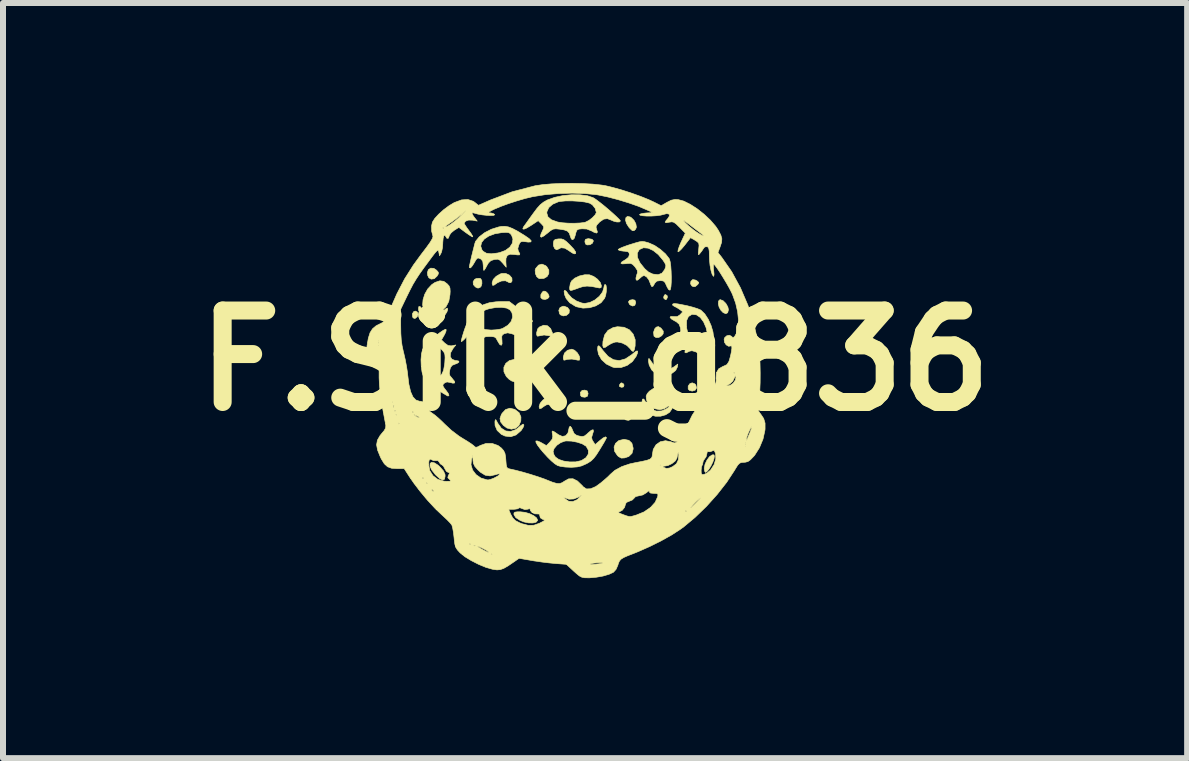
<source format=kicad_pcb>
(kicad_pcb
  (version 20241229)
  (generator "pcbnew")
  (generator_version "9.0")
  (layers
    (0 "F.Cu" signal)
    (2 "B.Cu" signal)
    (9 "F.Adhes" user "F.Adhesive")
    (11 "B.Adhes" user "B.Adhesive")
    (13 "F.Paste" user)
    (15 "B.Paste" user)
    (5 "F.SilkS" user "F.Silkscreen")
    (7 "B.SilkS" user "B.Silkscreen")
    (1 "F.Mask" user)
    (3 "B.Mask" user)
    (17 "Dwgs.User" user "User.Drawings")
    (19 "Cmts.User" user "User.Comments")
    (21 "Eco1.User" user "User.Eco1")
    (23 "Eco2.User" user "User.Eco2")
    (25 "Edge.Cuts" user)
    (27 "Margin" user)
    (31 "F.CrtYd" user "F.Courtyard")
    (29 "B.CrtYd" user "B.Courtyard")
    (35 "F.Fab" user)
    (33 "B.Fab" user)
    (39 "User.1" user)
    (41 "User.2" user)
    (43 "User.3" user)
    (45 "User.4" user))
  (footprint "F.Silk_g836"
    (layer "F.Cu")
    (at 6.865 2.959)
    (property "Reference" "F.Silk_g836" (at 0 0 0) (layer "F.SilkS") (effects (font (size 1.524 1.524) (thickness 0.3))))
    (attr through_hole)
    (fp_poly (pts (xy 0.474 0.388) (xy 0.483 0.407) (xy 0.475 0.437) (xy 0.445 0.445) (xy 0.41 0.434) (xy 0.406 0.407) (xy 0.427 0.376) (xy 0.445 0.37) (xy 0.474 0.388)) (stroke (width 0.01) (type solid)) (fill yes) (layer "F.SilkS"))
    (fp_poly (pts (xy 1.201 -1.083) (xy 1.206 -1.058) (xy 1.193 -1.024) (xy 1.175 -1.016) (xy 1.149 -1.034) (xy 1.143 -1.058) (xy 1.156 -1.093) (xy 1.175 -1.101) (xy 1.201 -1.083)) (stroke (width 0.01) (type solid)) (fill yes) (layer "F.SilkS"))
    (fp_poly (pts (xy -2.96 -0.809) (xy -2.948 -0.771) (xy -2.964 -0.73) (xy -3.001 -0.701) (xy -3.031 -0.712) (xy -3.04 -0.73) (xy -3.044 -0.779) (xy -3.022 -0.816) (xy -2.995 -0.826) (xy -2.96 -0.809)) (stroke (width 0.01) (type solid)) (fill yes) (layer "F.SilkS"))
    (fp_poly (pts (xy 0.665 -1.007) (xy 0.677 -0.972) (xy 0.677 -0.963) (xy 0.663 -0.922) (xy 0.628 -0.909) (xy 0.586 -0.928) (xy 0.572 -0.941) (xy 0.557 -0.98) (xy 0.579 -1.007) (xy 0.626 -1.016) (xy 0.665 -1.007)) (stroke (width 0.01) (type solid)) (fill yes) (layer "F.SilkS"))
    (fp_poly (pts (xy 1.662 0.387) (xy 1.679 0.405) (xy 1.691 0.455) (xy 1.668 0.493) (xy 1.619 0.508) (xy 1.572 0.496) (xy 1.552 0.473) (xy 1.552 0.424) (xy 1.58 0.384) (xy 1.619 0.37) (xy 1.662 0.387)) (stroke (width 0.01) (type solid)) (fill yes) (layer "F.SilkS"))
    (fp_poly (pts (xy -0.82 -1.151) (xy -0.786 -1.119) (xy -0.767 -1.078) (xy -0.766 -1.061) (xy -0.79 -1.032) (xy -0.834 -1.019) (xy -0.878 -1.026) (xy -0.903 -1.049) (xy -0.903 -1.099) (xy -0.877 -1.144) (xy -0.853 -1.159) (xy -0.82 -1.151)) (stroke (width 0.01) (type solid)) (fill yes) (layer "F.SilkS"))
    (fp_poly (pts (xy -0.13 0.505) (xy -0.117 0.543) (xy -0.116 0.55) (xy -0.126 0.592) (xy -0.164 0.609) (xy -0.172 0.61) (xy -0.222 0.603) (xy -0.24 0.583) (xy -0.245 0.53) (xy -0.216 0.497) (xy -0.172 0.491) (xy -0.13 0.505)) (stroke (width 0.01) (type solid)) (fill yes) (layer "F.SilkS"))
    (fp_poly (pts (xy 0.565 0.906) (xy 0.587 0.94) (xy 0.589 0.947) (xy 0.585 0.985) (xy 0.555 0.995) (xy 0.514 0.988) (xy 0.501 0.981) (xy 0.489 0.95) (xy 0.487 0.926) (xy 0.5 0.896) (xy 0.532 0.89) (xy 0.565 0.906)) (stroke (width 0.01) (type solid)) (fill yes) (layer "F.SilkS"))
    (fp_poly (pts (xy -2.686 -1.537) (xy -2.641 -1.507) (xy -2.612 -1.473) (xy -2.611 -1.445) (xy -2.632 -1.409) (xy -2.679 -1.365) (xy -2.73 -1.358) (xy -2.769 -1.38) (xy -2.788 -1.419) (xy -2.794 -1.464) (xy -2.778 -1.515) (xy -2.738 -1.541) (xy -2.686 -1.537)) (stroke (width 0.01) (type solid)) (fill yes) (layer "F.SilkS"))
    (fp_poly (pts (xy -0.514 -0.906) (xy -0.458 -0.885) (xy -0.428 -0.845) (xy -0.432 -0.797) (xy -0.436 -0.788) (xy -0.477 -0.754) (xy -0.53 -0.745) (xy -0.577 -0.763) (xy -0.592 -0.782) (xy -0.604 -0.838) (xy -0.583 -0.884) (xy -0.537 -0.906) (xy -0.514 -0.906)) (stroke (width 0.01) (type solid)) (fill yes) (layer "F.SilkS"))
    (fp_poly (pts (xy -0.05 -2.022) (xy -0.027 -1.996) (xy -0.043 -1.958) (xy -0.043 -1.957) (xy -0.084 -1.931) (xy -0.132 -1.928) (xy -0.155 -1.94) (xy -0.167 -1.971) (xy -0.169 -1.993) (xy -0.157 -2.022) (xy -0.115 -2.032) (xy -0.107 -2.032) (xy -0.05 -2.022)) (stroke (width 0.01) (type solid)) (fill yes) (layer "F.SilkS"))
    (fp_poly (pts (xy 1.672 -1.343) (xy 1.701 -1.327) (xy 1.728 -1.303) (xy 1.721 -1.281) (xy 1.705 -1.263) (xy 1.667 -1.233) (xy 1.636 -1.233) (xy 1.612 -1.246) (xy 1.592 -1.279) (xy 1.597 -1.321) (xy 1.624 -1.348) (xy 1.63 -1.35) (xy 1.672 -1.343)) (stroke (width 0.01) (type solid)) (fill yes) (layer "F.SilkS"))
    (fp_poly (pts (xy -1.906 -1.366) (xy -1.887 -1.333) (xy -1.885 -1.284) (xy -1.898 -1.239) (xy -1.917 -1.219) (xy -1.946 -1.209) (xy -1.965 -1.212) (xy -1.995 -1.229) (xy -2.028 -1.267) (xy -2.031 -1.315) (xy -2.006 -1.354) (xy -1.98 -1.367) (xy -1.932 -1.372) (xy -1.906 -1.366)) (stroke (width 0.01) (type solid)) (fill yes) (layer "F.SilkS"))
    (fp_poly (pts (xy 1.097 -0.543) (xy 1.099 -0.541) (xy 1.137 -0.492) (xy 1.135 -0.447) (xy 1.11 -0.414) (xy 1.064 -0.387) (xy 1.017 -0.384) (xy 0.984 -0.406) (xy 0.982 -0.411) (xy 0.975 -0.472) (xy 0.994 -0.529) (xy 1.02 -0.558) (xy 1.056 -0.567) (xy 1.097 -0.543)) (stroke (width 0.01) (type solid)) (fill yes) (layer "F.SilkS"))
    (fp_poly (pts (xy 2.134 -0.998) (xy 2.18 -0.952) (xy 2.213 -0.894) (xy 2.223 -0.848) (xy 2.21 -0.798) (xy 2.179 -0.782) (xy 2.135 -0.8) (xy 2.097 -0.839) (xy 2.067 -0.892) (xy 2.054 -0.948) (xy 2.058 -0.993) (xy 2.08 -1.015) (xy 2.086 -1.016) (xy 2.134 -0.998)) (stroke (width 0.01) (type solid)) (fill yes) (layer "F.SilkS"))
    (fp_poly (pts (xy -0.824 -1.583) (xy -0.804 -1.566) (xy -0.77 -1.509) (xy -0.77 -1.451) (xy -0.799 -1.401) (xy -0.852 -1.37) (xy -0.92 -1.366) (xy -0.935 -1.369) (xy -0.971 -1.398) (xy -0.994 -1.45) (xy -0.998 -1.507) (xy -0.989 -1.536) (xy -0.941 -1.592) (xy -0.884 -1.608) (xy -0.824 -1.583)) (stroke (width 0.01) (type solid)) (fill yes) (layer "F.SilkS"))
    (fp_poly (pts (xy -0.792 -0.581) (xy -0.74 -0.534) (xy -0.708 -0.457) (xy -0.7 -0.415) (xy -0.712 -0.404) (xy -0.743 -0.412) (xy -0.85 -0.427) (xy -0.926 -0.413) (xy -0.959 -0.407) (xy -0.972 -0.426) (xy -0.974 -0.462) (xy -0.956 -0.529) (xy -0.927 -0.56) (xy -0.856 -0.59) (xy -0.792 -0.581)) (stroke (width 0.01) (type solid)) (fill yes) (layer "F.SilkS"))
    (fp_poly (pts (xy 0.584 -2.394) (xy 0.601 -2.385) (xy 0.649 -2.338) (xy 0.68 -2.28) (xy 0.689 -2.224) (xy 0.677 -2.191) (xy 0.649 -2.165) (xy 0.621 -2.166) (xy 0.585 -2.199) (xy 0.563 -2.224) (xy 0.524 -2.285) (xy 0.508 -2.341) (xy 0.514 -2.382) (xy 0.54 -2.403) (xy 0.584 -2.394)) (stroke (width 0.01) (type solid)) (fill yes) (layer "F.SilkS"))
    (fp_poly (pts (xy -2.677 1.703) (xy -2.612 1.745) (xy -2.58 1.776) (xy -2.525 1.84) (xy -2.5 1.896) (xy -2.498 1.924) (xy -2.508 1.975) (xy -2.538 1.989) (xy -2.586 1.967) (xy -2.651 1.909) (xy -2.664 1.895) (xy -2.723 1.819) (xy -2.75 1.757) (xy -2.749 1.713) (xy -2.723 1.694) (xy -2.677 1.703)) (stroke (width 0.01) (type solid)) (fill yes) (layer "F.SilkS"))
    (fp_poly (pts (xy -1.339 0.812) (xy -1.334 0.815) (xy -1.265 0.868) (xy -1.235 0.939) (xy -1.237 1.007) (xy -1.269 1.082) (xy -1.324 1.127) (xy -1.394 1.142) (xy -1.468 1.123) (xy -1.526 1.081) (xy -1.573 1.021) (xy -1.584 0.965) (xy -1.561 0.899) (xy -1.547 0.876) (xy -1.49 0.815) (xy -1.419 0.793) (xy -1.339 0.812)) (stroke (width 0.01) (type solid)) (fill yes) (layer "F.SilkS"))
    (fp_poly (pts (xy 0.564 1.328) (xy 0.614 1.376) (xy 0.634 1.454) (xy 0.635 1.473) (xy 0.616 1.545) (xy 0.562 1.597) (xy 0.492 1.621) (xy 0.438 1.624) (xy 0.392 1.599) (xy 0.372 1.58) (xy 0.326 1.511) (xy 0.317 1.44) (xy 0.342 1.378) (xy 0.396 1.332) (xy 0.476 1.313) (xy 0.486 1.312) (xy 0.564 1.328)) (stroke (width 0.01) (type solid)) (fill yes) (layer "F.SilkS"))
    (fp_poly (pts (xy 1.982 1.57) (xy 1.988 1.592) (xy 1.982 1.633) (xy 1.963 1.689) (xy 1.932 1.753) (xy 1.896 1.811) (xy 1.862 1.851) (xy 1.841 1.863) (xy 1.827 1.844) (xy 1.82 1.799) (xy 1.82 1.792) (xy 1.833 1.726) (xy 1.865 1.658) (xy 1.907 1.601) (xy 1.951 1.571) (xy 1.956 1.57) (xy 1.982 1.57)) (stroke (width 0.01) (type solid)) (fill yes) (layer "F.SilkS"))
    (fp_poly (pts (xy -0.341 -0.173) (xy -0.294 -0.129) (xy -0.262 -0.074) (xy -0.254 -0.037) (xy -0.261 -0.008) (xy -0.291 -0.008) (xy -0.302 -0.011) (xy -0.385 -0.026) (xy -0.465 -0.021) (xy -0.492 -0.012) (xy -0.518 -0.007) (xy -0.528 -0.031) (xy -0.529 -0.06) (xy -0.51 -0.125) (xy -0.46 -0.172) (xy -0.39 -0.19) (xy -0.388 -0.191) (xy -0.341 -0.173)) (stroke (width 0.01) (type solid)) (fill yes) (layer "F.SilkS"))
    (fp_poly (pts (xy -1.922 0.395) (xy -1.899 0.405) (xy -1.849 0.44) (xy -1.826 0.486) (xy -1.821 0.545) (xy -1.83 0.598) (xy -1.858 0.613) (xy -1.905 0.592) (xy -1.945 0.582) (xy -2.006 0.582) (xy -2.027 0.585) (xy -2.083 0.591) (xy -2.109 0.584) (xy -2.116 0.561) (xy -2.117 0.547) (xy -2.099 0.475) (xy -2.053 0.421) (xy -1.991 0.392) (xy -1.922 0.395)) (stroke (width 0.01) (type solid)) (fill yes) (layer "F.SilkS"))
    (fp_poly (pts (xy -1.167 2.528) (xy -1.088 2.551) (xy -1.02 2.585) (xy -0.973 2.622) (xy -0.956 2.66) (xy -0.957 2.663) (xy -0.982 2.692) (xy -1.035 2.705) (xy -1.107 2.704) (xy -1.185 2.688) (xy -1.249 2.662) (xy -1.32 2.616) (xy -1.35 2.569) (xy -1.351 2.566) (xy -1.351 2.539) (xy -1.336 2.525) (xy -1.294 2.519) (xy -1.247 2.519) (xy -1.167 2.528)) (stroke (width 0.01) (type solid)) (fill yes) (layer "F.SilkS"))
    (fp_poly (pts (xy -0.639 0.629) (xy -0.603 0.683) (xy -0.601 0.688) (xy -0.596 0.741) (xy -0.616 0.761) (xy -0.657 0.745) (xy -0.732 0.721) (xy -0.811 0.737) (xy -0.852 0.762) (xy -0.899 0.796) (xy -0.923 0.8) (xy -0.931 0.775) (xy -0.931 0.761) (xy -0.914 0.71) (xy -0.869 0.657) (xy -0.809 0.615) (xy -0.773 0.601) (xy -0.7 0.6) (xy -0.639 0.629)) (stroke (width 0.01) (type solid)) (fill yes) (layer "F.SilkS"))
    (fp_poly (pts (xy 1.142 0.459) (xy 1.209 0.505) (xy 1.253 0.577) (xy 1.262 0.615) (xy 1.256 0.694) (xy 1.218 0.757) (xy 1.156 0.8) (xy 1.078 0.817) (xy 0.994 0.801) (xy 0.984 0.797) (xy 0.911 0.752) (xy 0.87 0.692) (xy 0.855 0.639) (xy 0.852 0.59) (xy 0.871 0.548) (xy 0.906 0.509) (xy 0.981 0.458) (xy 1.063 0.443) (xy 1.142 0.459)) (stroke (width 0.01) (type solid)) (fill yes) (layer "F.SilkS"))
    (fp_poly (pts (xy -1.487 -1.452) (xy -1.426 -1.424) (xy -1.387 -1.378) (xy -1.385 -1.37) (xy -1.383 -1.326) (xy -1.403 -1.299) (xy -1.433 -1.3) (xy -1.444 -1.308) (xy -1.493 -1.331) (xy -1.559 -1.327) (xy -1.624 -1.299) (xy -1.636 -1.291) (xy -1.683 -1.258) (xy -1.706 -1.254) (xy -1.714 -1.281) (xy -1.714 -1.3) (xy -1.696 -1.353) (xy -1.648 -1.404) (xy -1.582 -1.443) (xy -1.551 -1.453) (xy -1.487 -1.452)) (stroke (width 0.01) (type solid)) (fill yes) (layer "F.SilkS"))
    (fp_poly (pts (xy -1.241 -0.011) (xy -1.178 0.023) (xy -1.135 0.086) (xy -1.131 0.095) (xy -1.114 0.181) (xy -1.134 0.257) (xy -1.189 0.315) (xy -1.219 0.33) (xy -1.285 0.353) (xy -1.335 0.356) (xy -1.389 0.339) (xy -1.433 0.31) (xy -1.478 0.265) (xy -1.479 0.263) (xy -1.518 0.186) (xy -1.519 0.111) (xy -1.487 0.046) (xy -1.427 -0.001) (xy -1.342 -0.021) (xy -1.333 -0.021) (xy -1.241 -0.011)) (stroke (width 0.01) (type solid)) (fill yes) (layer "F.SilkS"))
    (fp_poly (pts (xy 0.917 -0.012) (xy 0.98 0.077) (xy 1.041 0.131) (xy 1.106 0.156) (xy 1.147 0.159) (xy 1.249 0.141) (xy 1.309 0.108) (xy 1.379 0.058) (xy 1.372 0.106) (xy 1.344 0.163) (xy 1.287 0.208) (xy 1.21 0.238) (xy 1.127 0.249) (xy 1.049 0.237) (xy 1.013 0.22) (xy 0.945 0.156) (xy 0.902 0.075) (xy 0.89 0.007) (xy 0.893 -0.032) (xy 0.902 -0.034) (xy 0.917 -0.012)) (stroke (width 0.01) (type solid)) (fill yes) (layer "F.SilkS"))
    (fp_poly (pts (xy -2.52 -1.321) (xy -2.463 -1.279) (xy -2.432 -1.244) (xy -2.417 -1.207) (xy -2.414 -1.153) (xy -2.417 -1.099) (xy -2.437 -0.987) (xy -2.482 -0.9) (xy -2.559 -0.826) (xy -2.582 -0.81) (xy -2.67 -0.769) (xy -2.753 -0.768) (xy -2.81 -0.794) (xy -2.855 -0.85) (xy -2.873 -0.927) (xy -2.866 -1.015) (xy -2.837 -1.107) (xy -2.788 -1.194) (xy -2.721 -1.266) (xy -2.666 -1.303) (xy -2.586 -1.33) (xy -2.52 -1.321)) (stroke (width 0.01) (type solid)) (fill yes) (layer "F.SilkS"))
    (fp_poly (pts (xy -0.522 -2.016) (xy -0.479 -1.985) (xy -0.422 -1.931) (xy -0.354 -1.858) (xy -0.322 -1.809) (xy -0.324 -1.783) (xy -0.344 -1.779) (xy -0.376 -1.792) (xy -0.423 -1.823) (xy -0.434 -1.832) (xy -0.505 -1.874) (xy -0.567 -1.881) (xy -0.609 -1.859) (xy -0.642 -1.847) (xy -0.672 -1.867) (xy -0.692 -1.911) (xy -0.694 -1.956) (xy -0.686 -1.999) (xy -0.662 -2.02) (xy -0.609 -2.028) (xy -0.607 -2.028) (xy -0.56 -2.028) (xy -0.522 -2.016)) (stroke (width 0.01) (type solid)) (fill yes) (layer "F.SilkS"))
    (fp_poly (pts (xy -1.634 1.018) (xy -1.621 1.043) (xy -1.562 1.126) (xy -1.488 1.172) (xy -1.406 1.18) (xy -1.321 1.15) (xy -1.284 1.122) (xy -1.238 1.084) (xy -1.205 1.061) (xy -1.198 1.058) (xy -1.185 1.073) (xy -1.196 1.109) (xy -1.226 1.157) (xy -1.234 1.167) (xy -1.316 1.238) (xy -1.405 1.268) (xy -1.5 1.257) (xy -1.562 1.228) (xy -1.631 1.163) (xy -1.666 1.08) (xy -1.668 1.017) (xy -1.662 0.986) (xy -1.653 0.985) (xy -1.634 1.018)) (stroke (width 0.01) (type solid)) (fill yes) (layer "F.SilkS"))
    (fp_poly (pts (xy -0.093 -1.43) (xy -0.023 -1.403) (xy 0.041 -1.357) (xy 0.088 -1.301) (xy 0.106 -1.248) (xy 0.1 -1.216) (xy 0.073 -1.21) (xy 0.048 -1.215) (xy -0.056 -1.236) (xy -0.134 -1.242) (xy -0.201 -1.234) (xy -0.254 -1.218) (xy -0.336 -1.188) (xy -0.386 -1.172) (xy -0.412 -1.171) (xy -0.422 -1.185) (xy -0.423 -1.213) (xy -0.423 -1.22) (xy -0.412 -1.283) (xy -0.392 -1.327) (xy -0.338 -1.374) (xy -0.259 -1.411) (xy -0.171 -1.431) (xy -0.093 -1.43)) (stroke (width 0.01) (type solid)) (fill yes) (layer "F.SilkS"))
    (fp_poly (pts (xy 0.09 -0.224) (xy 0.132 -0.168) (xy 0.217 -0.071) (xy 0.308 -0.015) (xy 0.405 -0.001) (xy 0.506 -0.029) (xy 0.613 -0.1) (xy 0.64 -0.123) (xy 0.687 -0.159) (xy 0.71 -0.16) (xy 0.708 -0.128) (xy 0.687 -0.075) (xy 0.623 0.015) (xy 0.535 0.08) (xy 0.433 0.115) (xy 0.327 0.116) (xy 0.292 0.107) (xy 0.189 0.057) (xy 0.108 -0.017) (xy 0.057 -0.107) (xy 0.042 -0.189) (xy 0.047 -0.237) (xy 0.062 -0.249) (xy 0.09 -0.224)) (stroke (width 0.01) (type solid)) (fill yes) (layer "F.SilkS"))
    (fp_poly (pts (xy 0.483 -0.556) (xy 0.572 -0.514) (xy 0.635 -0.442) (xy 0.669 -0.348) (xy 0.668 -0.246) (xy 0.654 -0.179) (xy 0.636 -0.152) (xy 0.611 -0.165) (xy 0.586 -0.198) (xy 0.531 -0.253) (xy 0.454 -0.293) (xy 0.373 -0.311) (xy 0.335 -0.309) (xy 0.271 -0.286) (xy 0.218 -0.254) (xy 0.168 -0.22) (xy 0.139 -0.218) (xy 0.129 -0.251) (xy 0.132 -0.319) (xy 0.159 -0.427) (xy 0.216 -0.504) (xy 0.302 -0.551) (xy 0.374 -0.565) (xy 0.483 -0.556)) (stroke (width 0.01) (type solid)) (fill yes) (layer "F.SilkS"))
    (fp_poly (pts (xy 0.833 0.671) (xy 0.838 0.688) (xy 0.876 0.763) (xy 0.941 0.815) (xy 1.022 0.841) (xy 1.109 0.838) (xy 1.19 0.803) (xy 1.206 0.791) (xy 1.257 0.754) (xy 1.284 0.751) (xy 1.286 0.783) (xy 1.281 0.804) (xy 1.242 0.861) (xy 1.176 0.903) (xy 1.093 0.926) (xy 1.007 0.927) (xy 0.929 0.905) (xy 0.902 0.887) (xy 0.842 0.824) (xy 0.799 0.748) (xy 0.783 0.678) (xy 0.792 0.641) (xy 0.812 0.64) (xy 0.833 0.671)) (stroke (width 0.01) (type solid)) (fill yes) (layer "F.SilkS"))
    (fp_poly (pts (xy -2.883 -0.864) (xy -2.868 -0.841) (xy -2.806 -0.773) (xy -2.731 -0.745) (xy -2.646 -0.756) (xy -2.556 -0.807) (xy -2.53 -0.828) (xy -2.485 -0.865) (xy -2.463 -0.876) (xy -2.456 -0.862) (xy -2.455 -0.852) (xy -2.469 -0.809) (xy -2.503 -0.759) (xy -2.507 -0.754) (xy -2.593 -0.688) (xy -2.69 -0.659) (xy -2.789 -0.67) (xy -2.807 -0.677) (xy -2.862 -0.715) (xy -2.911 -0.774) (xy -2.939 -0.837) (xy -2.942 -0.86) (xy -2.936 -0.901) (xy -2.916 -0.902) (xy -2.883 -0.864)) (stroke (width 0.01) (type solid)) (fill yes) (layer "F.SilkS"))
    (fp_poly (pts (xy 0.184 -1.252) (xy 0.19 -1.205) (xy 0.187 -1.145) (xy 0.176 -1.083) (xy 0.159 -1.038) (xy 0.1 -0.965) (xy 0.012 -0.912) (xy -0.093 -0.881) (xy -0.202 -0.875) (xy -0.307 -0.897) (xy -0.328 -0.906) (xy -0.422 -0.964) (xy -0.481 -1.035) (xy -0.507 -1.097) (xy -0.516 -1.153) (xy -0.506 -1.172) (xy -0.479 -1.156) (xy -0.447 -1.11) (xy -0.389 -1.046) (xy -0.307 -0.992) (xy -0.218 -0.959) (xy -0.171 -0.953) (xy -0.086 -0.969) (xy -0.002 -1.011) (xy 0.072 -1.072) (xy 0.125 -1.143) (xy 0.148 -1.216) (xy 0.148 -1.222) (xy 0.156 -1.26) (xy 0.169 -1.27) (xy 0.184 -1.252)) (stroke (width 0.01) (type solid)) (fill yes) (layer "F.SilkS"))
    (fp_poly (pts (xy -1.27 -0.864) (xy -1.159 -0.779) (xy -1.085 -0.714) (xy -1.047 -0.67) (xy -1.044 -0.647) (xy -1.076 -0.643) (xy -1.143 -0.659) (xy -1.2 -0.674) (xy -1.233 -0.672) (xy -1.259 -0.65) (xy -1.272 -0.634) (xy -1.308 -0.563) (xy -1.303 -0.492) (xy -1.29 -0.464) (xy -1.281 -0.433) (xy -1.298 -0.424) (xy -1.347 -0.434) (xy -1.389 -0.448) (xy -1.455 -0.463) (xy -1.511 -0.45) (xy -1.544 -0.429) (xy -1.555 -0.399) (xy -1.552 -0.344) (xy -1.551 -0.34) (xy -1.549 -0.278) (xy -1.563 -0.255) (xy -1.589 -0.27) (xy -1.622 -0.325) (xy -1.624 -0.328) (xy -1.649 -0.374) (xy -1.678 -0.395) (xy -1.727 -0.402) (xy -1.757 -0.402) (xy -1.819 -0.399) (xy -1.856 -0.384) (xy -1.887 -0.345) (xy -1.902 -0.318) (xy -1.942 -0.258) (xy -1.97 -0.235) (xy -1.985 -0.25) (xy -1.984 -0.302) (xy -1.982 -0.311) (xy -1.979 -0.374) (xy -2 -0.42) (xy -2.016 -0.439) (xy -2.062 -0.488) (xy -2.14 -0.397) (xy -2.184 -0.35) (xy -2.217 -0.322) (xy -2.229 -0.318) (xy -2.227 -0.341) (xy -2.213 -0.395) (xy -2.19 -0.472) (xy -2.167 -0.54) (xy -2.121 -0.658) (xy -1.977 -0.658) (xy -1.964 -0.592) (xy -1.914 -0.545) (xy -1.827 -0.517) (xy -1.73 -0.509) (xy -1.648 -0.514) (xy -1.573 -0.526) (xy -1.539 -0.537) (xy -1.453 -0.589) (xy -1.397 -0.654) (xy -1.373 -0.726) (xy -1.384 -0.797) (xy -1.418 -0.847) (xy -1.472 -0.875) (xy -1.555 -0.888) (xy -1.654 -0.885) (xy -1.76 -0.866) (xy -1.81 -0.851) (xy -1.882 -0.82) (xy -1.927 -0.782) (xy -1.952 -0.741) (xy -1.977 -0.658) (xy -2.121 -0.658) (xy -2.116 -0.671) (xy -2.064 -0.768) (xy -2.004 -0.84) (xy -1.93 -0.896) (xy -1.855 -0.934) (xy -1.76 -0.965) (xy -1.652 -0.98) (xy -1.587 -0.983) (xy -1.429 -0.984) (xy -1.27 -0.864)) (stroke (width 0.01) (type solid)) (fill yes) (layer "F.SilkS"))
    (fp_poly (pts (xy -1.444 -2.228) (xy -1.375 -2.201) (xy -1.288 -2.155) (xy -1.177 -2.087) (xy -1.169 -2.082) (xy -1.097 -2.032) (xy -1.064 -1.997) (xy -1.069 -1.978) (xy -1.114 -1.975) (xy -1.15 -1.98) (xy -1.208 -1.986) (xy -1.24 -1.978) (xy -1.26 -1.949) (xy -1.27 -1.926) (xy -1.287 -1.869) (xy -1.279 -1.827) (xy -1.274 -1.818) (xy -1.253 -1.779) (xy -1.259 -1.762) (xy -1.299 -1.762) (xy -1.332 -1.767) (xy -1.413 -1.773) (xy -1.462 -1.753) (xy -1.484 -1.704) (xy -1.486 -1.648) (xy -1.48 -1.556) (xy -1.541 -1.628) (xy -1.583 -1.672) (xy -1.619 -1.69) (xy -1.666 -1.687) (xy -1.679 -1.685) (xy -1.736 -1.666) (xy -1.775 -1.629) (xy -1.8 -1.587) (xy -1.827 -1.536) (xy -1.848 -1.506) (xy -1.853 -1.503) (xy -1.859 -1.522) (xy -1.862 -1.569) (xy -1.863 -1.587) (xy -1.87 -1.652) (xy -1.895 -1.688) (xy -1.904 -1.693) (xy -1.938 -1.709) (xy -1.961 -1.707) (xy -1.984 -1.681) (xy -2.013 -1.63) (xy -2.045 -1.579) (xy -2.071 -1.549) (xy -2.078 -1.545) (xy -2.095 -1.551) (xy -2.095 -1.551) (xy -2.091 -1.584) (xy -2.078 -1.645) (xy -2.06 -1.724) (xy -2.039 -1.809) (xy -2.019 -1.888) (xy -2.014 -1.907) (xy -1.905 -1.907) (xy -1.884 -1.845) (xy -1.863 -1.82) (xy -1.809 -1.789) (xy -1.731 -1.78) (xy -1.624 -1.793) (xy -1.587 -1.801) (xy -1.493 -1.836) (xy -1.421 -1.89) (xy -1.378 -1.956) (xy -1.368 -2.026) (xy -1.39 -2.088) (xy -1.413 -2.118) (xy -1.441 -2.133) (xy -1.484 -2.137) (xy -1.555 -2.133) (xy -1.672 -2.113) (xy -1.77 -2.076) (xy -1.844 -2.027) (xy -1.89 -1.969) (xy -1.905 -1.907) (xy -2.014 -1.907) (xy -2.003 -1.951) (xy -1.992 -1.985) (xy -1.991 -1.987) (xy -1.93 -2.062) (xy -1.839 -2.132) (xy -1.728 -2.189) (xy -1.608 -2.227) (xy -1.561 -2.236) (xy -1.503 -2.238) (xy -1.444 -2.228)) (stroke (width 0.01) (type solid)) (fill yes) (layer "F.SilkS"))
    (fp_poly (pts (xy -2.482 -0.52) (xy -2.482 -0.495) (xy -2.501 -0.447) (xy -2.513 -0.425) (xy -2.559 -0.345) (xy -2.502 -0.29) (xy -2.45 -0.253) (xy -2.4 -0.246) (xy -2.382 -0.248) (xy -2.32 -0.261) (xy -2.367 -0.201) (xy -2.407 -0.13) (xy -2.413 -0.068) (xy -2.385 -0.023) (xy -2.327 -0.001) (xy -2.305 0) (xy -2.27 0.008) (xy -2.269 0.026) (xy -2.3 0.047) (xy -2.333 0.059) (xy -2.382 0.079) (xy -2.409 0.117) (xy -2.42 0.156) (xy -2.429 0.212) (xy -2.418 0.252) (xy -2.38 0.297) (xy -2.38 0.298) (xy -2.341 0.346) (xy -2.338 0.372) (xy -2.369 0.376) (xy -2.408 0.365) (xy -2.467 0.355) (xy -2.504 0.37) (xy -2.532 0.396) (xy -2.535 0.422) (xy -2.511 0.462) (xy -2.487 0.491) (xy -2.447 0.545) (xy -2.434 0.58) (xy -2.45 0.591) (xy -2.45 0.591) (xy -2.473 0.579) (xy -2.524 0.549) (xy -2.592 0.506) (xy -2.642 0.474) (xy -2.732 0.411) (xy -2.793 0.36) (xy -2.834 0.314) (xy -2.859 0.269) (xy -2.883 0.19) (xy -2.895 0.101) (xy -2.814 0.101) (xy -2.811 0.158) (xy -2.799 0.198) (xy -2.777 0.233) (xy -2.773 0.239) (xy -2.714 0.285) (xy -2.649 0.292) (xy -2.585 0.261) (xy -2.555 0.229) (xy -2.524 0.162) (xy -2.506 0.06) (xy -2.503 0.028) (xy -2.499 -0.05) (xy -2.502 -0.1) (xy -2.516 -0.137) (xy -2.545 -0.173) (xy -2.558 -0.187) (xy -2.607 -0.232) (xy -2.646 -0.247) (xy -2.672 -0.243) (xy -2.732 -0.216) (xy -2.772 -0.174) (xy -2.796 -0.108) (xy -2.809 -0.011) (xy -2.81 0.015) (xy -2.814 0.101) (xy -2.895 0.101) (xy -2.896 0.09) (xy -2.9 -0.015) (xy -2.892 -0.112) (xy -2.874 -0.186) (xy -2.87 -0.195) (xy -2.839 -0.238) (xy -2.787 -0.294) (xy -2.723 -0.354) (xy -2.655 -0.413) (xy -2.588 -0.465) (xy -2.532 -0.503) (xy -2.493 -0.522) (xy -2.482 -0.52)) (stroke (width 0.01) (type solid)) (fill yes) (layer "F.SilkS"))
    (fp_poly (pts (xy -0.389 1.123) (xy -0.373 1.163) (xy -0.348 1.216) (xy -0.308 1.244) (xy -0.268 1.256) (xy -0.216 1.265) (xy -0.178 1.257) (xy -0.137 1.226) (xy -0.115 1.205) (xy -0.063 1.161) (xy -0.032 1.151) (xy -0.026 1.176) (xy -0.042 1.227) (xy -0.057 1.279) (xy -0.048 1.321) (xy -0.033 1.345) (xy 0.002 1.399) (xy 0.076 1.335) (xy 0.135 1.288) (xy 0.175 1.27) (xy 0.19 1.282) (xy 0.19 1.286) (xy 0.179 1.31) (xy 0.151 1.361) (xy 0.109 1.431) (xy 0.078 1.482) (xy 0.023 1.569) (xy -0.022 1.628) (xy -0.065 1.67) (xy -0.115 1.703) (xy -0.147 1.72) (xy -0.224 1.754) (xy -0.296 1.771) (xy -0.383 1.777) (xy -0.411 1.777) (xy -0.497 1.773) (xy -0.575 1.762) (xy -0.624 1.748) (xy -0.67 1.719) (xy -0.728 1.67) (xy -0.792 1.607) (xy -0.856 1.537) (xy -0.875 1.515) (xy -0.699 1.515) (xy -0.685 1.567) (xy -0.661 1.606) (xy -0.605 1.646) (xy -0.521 1.674) (xy -0.422 1.688) (xy -0.321 1.687) (xy -0.233 1.667) (xy -0.223 1.663) (xy -0.151 1.617) (xy -0.113 1.558) (xy -0.111 1.493) (xy -0.146 1.43) (xy -0.154 1.423) (xy -0.213 1.387) (xy -0.298 1.359) (xy -0.392 1.341) (xy -0.48 1.338) (xy -0.503 1.341) (xy -0.572 1.366) (xy -0.636 1.41) (xy -0.682 1.465) (xy -0.699 1.515) (xy -0.875 1.515) (xy -0.914 1.468) (xy -0.959 1.408) (xy -0.984 1.362) (xy -0.986 1.339) (xy -0.96 1.339) (xy -0.913 1.358) (xy -0.891 1.37) (xy -0.81 1.416) (xy -0.752 1.356) (xy -0.714 1.308) (xy -0.704 1.264) (xy -0.709 1.227) (xy -0.716 1.188) (xy -0.711 1.173) (xy -0.686 1.182) (xy -0.637 1.215) (xy -0.609 1.235) (xy -0.545 1.263) (xy -0.49 1.252) (xy -0.452 1.207) (xy -0.441 1.16) (xy -0.429 1.106) (xy -0.411 1.094) (xy -0.389 1.123)) (stroke (width 0.01) (type solid)) (fill yes) (layer "F.SilkS"))
    (fp_poly (pts (xy 1.38 -0.945) (xy 1.464 -0.929) (xy 1.538 -0.914) (xy 1.626 -0.891) (xy 1.704 -0.867) (xy 1.758 -0.844) (xy 1.765 -0.84) (xy 1.828 -0.779) (xy 1.886 -0.69) (xy 1.933 -0.586) (xy 1.965 -0.478) (xy 1.977 -0.379) (xy 1.969 -0.32) (xy 1.95 -0.273) (xy 1.917 -0.207) (xy 1.876 -0.131) (xy 1.831 -0.055) (xy 1.788 0.013) (xy 1.753 0.062) (xy 1.732 0.084) (xy 1.73 0.085) (xy 1.721 0.066) (xy 1.721 0.017) (xy 1.725 -0.018) (xy 1.732 -0.08) (xy 1.726 -0.114) (xy 1.703 -0.134) (xy 1.671 -0.149) (xy 1.615 -0.165) (xy 1.573 -0.157) (xy 1.564 -0.152) (xy 1.517 -0.129) (xy 1.497 -0.137) (xy 1.502 -0.179) (xy 1.507 -0.192) (xy 1.518 -0.261) (xy 1.505 -0.31) (xy 1.485 -0.344) (xy 1.456 -0.355) (xy 1.403 -0.35) (xy 1.397 -0.349) (xy 1.338 -0.343) (xy 1.316 -0.353) (xy 1.332 -0.381) (xy 1.375 -0.422) (xy 1.416 -0.463) (xy 1.429 -0.501) (xy 1.422 -0.55) (xy 1.415 -0.57) (xy 1.524 -0.57) (xy 1.528 -0.535) (xy 1.557 -0.413) (xy 1.6 -0.326) (xy 1.659 -0.271) (xy 1.667 -0.266) (xy 1.735 -0.238) (xy 1.788 -0.242) (xy 1.84 -0.278) (xy 1.869 -0.312) (xy 1.881 -0.35) (xy 1.879 -0.409) (xy 1.876 -0.43) (xy 1.851 -0.547) (xy 1.809 -0.645) (xy 1.754 -0.719) (xy 1.69 -0.763) (xy 1.622 -0.771) (xy 1.612 -0.769) (xy 1.556 -0.734) (xy 1.526 -0.668) (xy 1.524 -0.57) (xy 1.415 -0.57) (xy 1.4 -0.608) (xy 1.354 -0.648) (xy 1.327 -0.662) (xy 1.273 -0.694) (xy 1.25 -0.72) (xy 1.261 -0.736) (xy 1.307 -0.734) (xy 1.312 -0.733) (xy 1.37 -0.733) (xy 1.417 -0.765) (xy 1.419 -0.767) (xy 1.462 -0.814) (xy 1.414 -0.851) (xy 1.364 -0.883) (xy 1.328 -0.901) (xy 1.297 -0.92) (xy 1.291 -0.933) (xy 1.299 -0.946) (xy 1.327 -0.951) (xy 1.38 -0.945)) (stroke (width 0.01) (type solid)) (fill yes) (layer "F.SilkS"))
    (fp_poly (pts (xy 0.827 -1.981) (xy 0.875 -1.968) (xy 0.897 -1.961) (xy 0.992 -1.919) (xy 1.088 -1.854) (xy 1.173 -1.779) (xy 1.233 -1.703) (xy 1.239 -1.692) (xy 1.252 -1.647) (xy 1.262 -1.575) (xy 1.268 -1.488) (xy 1.271 -1.394) (xy 1.27 -1.306) (xy 1.265 -1.233) (xy 1.255 -1.186) (xy 1.248 -1.174) (xy 1.227 -1.183) (xy 1.202 -1.224) (xy 1.192 -1.247) (xy 1.166 -1.302) (xy 1.139 -1.327) (xy 1.096 -1.333) (xy 1.086 -1.333) (xy 1.03 -1.325) (xy 0.998 -1.294) (xy 0.991 -1.281) (xy 0.964 -1.237) (xy 0.943 -1.235) (xy 0.924 -1.275) (xy 0.921 -1.286) (xy 0.896 -1.348) (xy 0.858 -1.396) (xy 0.818 -1.418) (xy 0.815 -1.418) (xy 0.783 -1.404) (xy 0.751 -1.376) (xy 0.71 -1.341) (xy 0.686 -1.342) (xy 0.681 -1.375) (xy 0.697 -1.436) (xy 0.707 -1.463) (xy 0.704 -1.505) (xy 0.667 -1.562) (xy 0.666 -1.563) (xy 0.628 -1.603) (xy 0.593 -1.62) (xy 0.542 -1.619) (xy 0.514 -1.615) (xy 0.453 -1.612) (xy 0.431 -1.623) (xy 0.448 -1.646) (xy 0.505 -1.681) (xy 0.509 -1.683) (xy 0.559 -1.724) (xy 0.572 -1.767) (xy 0.568 -1.792) (xy 0.704 -1.792) (xy 0.707 -1.72) (xy 0.745 -1.637) (xy 0.759 -1.617) (xy 0.829 -1.53) (xy 0.892 -1.475) (xy 0.956 -1.445) (xy 0.966 -1.442) (xy 1.052 -1.432) (xy 1.115 -1.457) (xy 1.159 -1.515) (xy 1.177 -1.559) (xy 1.179 -1.592) (xy 1.161 -1.63) (xy 1.131 -1.675) (xy 1.053 -1.768) (xy 0.969 -1.835) (xy 0.885 -1.874) (xy 0.807 -1.881) (xy 0.743 -1.853) (xy 0.737 -1.849) (xy 0.704 -1.792) (xy 0.568 -1.792) (xy 0.567 -1.799) (xy 0.545 -1.815) (xy 0.495 -1.823) (xy 0.476 -1.824) (xy 0.42 -1.832) (xy 0.389 -1.845) (xy 0.385 -1.852) (xy 0.407 -1.867) (xy 0.459 -1.89) (xy 0.535 -1.918) (xy 0.587 -1.935) (xy 0.678 -1.963) (xy 0.741 -1.98) (xy 0.786 -1.986) (xy 0.827 -1.981)) (stroke (width 0.01) (type solid)) (fill yes) (layer "F.SilkS"))
    (fp_poly (pts (xy -0.251 -2.763) (xy -0.126 -2.747) (xy -0.029 -2.714) (xy -0.028 -2.713) (xy 0.014 -2.686) (xy 0.075 -2.64) (xy 0.147 -2.583) (xy 0.223 -2.519) (xy 0.296 -2.455) (xy 0.358 -2.398) (xy 0.403 -2.354) (xy 0.423 -2.328) (xy 0.423 -2.327) (xy 0.406 -2.311) (xy 0.364 -2.31) (xy 0.311 -2.323) (xy 0.275 -2.339) (xy 0.206 -2.366) (xy 0.145 -2.358) (xy 0.081 -2.314) (xy 0.071 -2.305) (xy 0.03 -2.26) (xy 0.016 -2.228) (xy 0.024 -2.193) (xy 0.026 -2.188) (xy 0.04 -2.141) (xy 0.025 -2.125) (xy -0.018 -2.139) (xy -0.051 -2.158) (xy -0.137 -2.193) (xy -0.216 -2.197) (xy -0.273 -2.191) (xy -0.303 -2.173) (xy -0.319 -2.133) (xy -0.326 -2.101) (xy -0.346 -2.039) (xy -0.371 -2.014) (xy -0.395 -2.027) (xy -0.412 -2.073) (xy -0.43 -2.125) (xy -0.46 -2.158) (xy -0.514 -2.178) (xy -0.587 -2.19) (xy -0.653 -2.197) (xy -0.698 -2.191) (xy -0.741 -2.167) (xy -0.787 -2.129) (xy -0.855 -2.076) (xy -0.896 -2.056) (xy -0.911 -2.068) (xy -0.9 -2.113) (xy -0.876 -2.163) (xy -0.856 -2.209) (xy -0.859 -2.24) (xy -0.891 -2.276) (xy -0.895 -2.28) (xy -0.947 -2.332) (xy -1.066 -2.253) (xy -1.139 -2.209) (xy -1.186 -2.19) (xy -1.204 -2.196) (xy -1.192 -2.227) (xy -1.183 -2.24) (xy -1.158 -2.274) (xy -1.116 -2.333) (xy -1.063 -2.407) (xy -1.031 -2.451) (xy -1.025 -2.459) (xy -0.804 -2.459) (xy -0.785 -2.396) (xy -0.727 -2.347) (xy -0.63 -2.312) (xy -0.619 -2.309) (xy -0.543 -2.297) (xy -0.447 -2.29) (xy -0.345 -2.289) (xy -0.251 -2.293) (xy -0.178 -2.302) (xy -0.155 -2.309) (xy -0.099 -2.338) (xy -0.043 -2.382) (xy 0.001 -2.428) (xy 0.021 -2.465) (xy 0.021 -2.469) (xy 0.002 -2.538) (xy -0.045 -2.597) (xy -0.093 -2.625) (xy -0.169 -2.643) (xy -0.271 -2.655) (xy -0.384 -2.662) (xy -0.493 -2.661) (xy -0.582 -2.653) (xy -0.611 -2.647) (xy -0.705 -2.607) (xy -0.771 -2.55) (xy -0.802 -2.481) (xy -0.804 -2.459) (xy -1.025 -2.459) (xy -0.966 -2.538) (xy -0.913 -2.597) (xy -0.861 -2.639) (xy -0.802 -2.673) (xy -0.794 -2.677) (xy -0.674 -2.72) (xy -0.536 -2.75) (xy -0.391 -2.764) (xy -0.251 -2.763)) (stroke (width 0.01) (type solid)) (fill yes) (layer "F.SilkS"))
    (fp_poly (pts (xy -0.203 -2.95) (xy -0.038 -2.941) (xy 0.103 -2.926) (xy 0.174 -2.915) (xy 0.301 -2.884) (xy 0.45 -2.842) (xy 0.607 -2.791) (xy 0.758 -2.737) (xy 0.892 -2.683) (xy 0.977 -2.644) (xy 1.102 -2.581) (xy 1.198 -2.637) (xy 1.27 -2.673) (xy 1.333 -2.686) (xy 1.385 -2.683) (xy 1.478 -2.658) (xy 1.587 -2.604) (xy 1.703 -2.529) (xy 1.818 -2.438) (xy 1.923 -2.339) (xy 2.01 -2.238) (xy 2.055 -2.171) (xy 2.096 -2.092) (xy 2.113 -2.03) (xy 2.108 -1.969) (xy 2.082 -1.891) (xy 2.048 -1.801) (xy 2.111 -1.721) (xy 2.277 -1.482) (xy 2.423 -1.213) (xy 2.548 -0.921) (xy 2.646 -0.616) (xy 2.716 -0.306) (xy 2.731 -0.212) (xy 2.742 -0.097) (xy 2.749 0.046) (xy 2.752 0.205) (xy 2.751 0.365) (xy 2.745 0.515) (xy 2.735 0.639) (xy 2.731 0.674) (xy 2.72 0.755) (xy 2.718 0.806) (xy 2.726 0.841) (xy 2.746 0.873) (xy 2.762 0.893) (xy 2.81 0.965) (xy 2.833 1.042) (xy 2.833 1.14) (xy 2.831 1.16) (xy 2.799 1.307) (xy 2.739 1.452) (xy 2.659 1.578) (xy 2.643 1.596) (xy 2.589 1.652) (xy 2.547 1.682) (xy 2.502 1.693) (xy 2.48 1.694) (xy 2.439 1.697) (xy 2.408 1.71) (xy 2.378 1.741) (xy 2.342 1.798) (xy 2.323 1.83) (xy 2.194 2.027) (xy 2.035 2.23) (xy 1.857 2.428) (xy 1.668 2.611) (xy 1.48 2.768) (xy 1.418 2.813) (xy 1.273 2.907) (xy 1.099 3.004) (xy 0.91 3.098) (xy 0.718 3.183) (xy 0.646 3.212) (xy 0.545 3.251) (xy 0.477 3.281) (xy 0.434 3.308) (xy 0.408 3.337) (xy 0.391 3.373) (xy 0.38 3.41) (xy 0.35 3.478) (xy 0.307 3.526) (xy 0.305 3.527) (xy 0.234 3.56) (xy 0.135 3.589) (xy 0.022 3.609) (xy -0.09 3.619) (xy -0.111 3.619) (xy -0.174 3.618) (xy -0.22 3.609) (xy -0.261 3.588) (xy -0.311 3.547) (xy -0.356 3.507) (xy -0.477 3.395) (xy -0.082 3.395) (xy -0.051 3.397) (xy 0 3.393) (xy 0.066 3.385) (xy 0.112 3.377) (xy 0.125 3.373) (xy 0.117 3.367) (xy 0.08 3.366) (xy 0.028 3.369) (xy -0.025 3.375) (xy -0.066 3.384) (xy -0.074 3.386) (xy -0.082 3.395) (xy -0.477 3.395) (xy -0.479 3.394) (xy -0.658 3.381) (xy -0.762 3.371) (xy -0.887 3.356) (xy -1.01 3.338) (xy -1.051 3.331) (xy -1.266 3.294) (xy -1.355 3.356) (xy -1.449 3.42) (xy -1.52 3.461) (xy -1.578 3.482) (xy -1.634 3.487) (xy -1.698 3.478) (xy -1.713 3.475) (xy -1.821 3.444) (xy -1.941 3.394) (xy -2.061 3.333) (xy -2.168 3.268) (xy -2.217 3.228) (xy -1.736 3.228) (xy -1.725 3.239) (xy -1.714 3.228) (xy -1.725 3.217) (xy -1.736 3.228) (xy -2.217 3.228) (xy -2.247 3.204) (xy -2.252 3.199) (xy -2.294 3.153) (xy -2.32 3.112) (xy -2.327 3.091) (xy -1.962 3.091) (xy -1.955 3.101) (xy -1.919 3.123) (xy -1.884 3.143) (xy -1.824 3.175) (xy -1.792 3.191) (xy -1.78 3.194) (xy -1.778 3.188) (xy -1.778 3.186) (xy -1.795 3.171) (xy -1.836 3.147) (xy -1.888 3.12) (xy -1.935 3.099) (xy -1.962 3.091) (xy -1.962 3.091) (xy -2.327 3.091) (xy -2.331 3.076) (xy -2.025 3.076) (xy -2.022 3.089) (xy -2.011 3.09) (xy -1.993 3.083) (xy -1.997 3.076) (xy -2.022 3.074) (xy -2.025 3.076) (xy -2.331 3.076) (xy -2.335 3.063) (xy -2.336 3.059) (xy -2.095 3.059) (xy -2.085 3.069) (xy -2.074 3.059) (xy -2.085 3.048) (xy -2.095 3.059) (xy -2.336 3.059) (xy -2.345 2.992) (xy -2.349 2.949) (xy -2.359 2.864) (xy -2.372 2.79) (xy -2.385 2.743) (xy -2.387 2.739) (xy -2.413 2.706) (xy -2.463 2.654) (xy -2.527 2.594) (xy -2.553 2.57) (xy -2.651 2.477) (xy -1.44 2.477) (xy -1.408 2.554) (xy -1.372 2.62) (xy -1.325 2.667) (xy -1.253 2.704) (xy -1.217 2.718) (xy -1.112 2.745) (xy -1.02 2.743) (xy -0.924 2.709) (xy -0.915 2.704) (xy -0.861 2.676) (xy -0.842 2.66) (xy -0.852 2.65) (xy -0.871 2.645) (xy -0.912 2.619) (xy -0.919 2.589) (xy -0.928 2.557) (xy -0.954 2.555) (xy -1.003 2.553) (xy -1.05 2.53) (xy -1.053 2.527) (xy 0.384 2.527) (xy 0.411 2.543) (xy 0.455 2.561) (xy 0.521 2.585) (xy 0.563 2.597) (xy 0.597 2.598) (xy 0.64 2.587) (xy 0.691 2.572) (xy 0.818 2.52) (xy 0.835 2.508) (xy 1.503 2.508) (xy 1.513 2.519) (xy 1.524 2.508) (xy 1.513 2.498) (xy 1.503 2.508) (xy 0.835 2.508) (xy 0.912 2.455) (xy 1.589 2.455) (xy 1.609 2.441) (xy 1.648 2.406) (xy 1.683 2.371) (xy 1.726 2.325) (xy 1.751 2.294) (xy 1.755 2.286) (xy 1.735 2.3) (xy 1.697 2.336) (xy 1.662 2.371) (xy 1.619 2.416) (xy 1.593 2.447) (xy 1.589 2.455) (xy 0.912 2.455) (xy 0.924 2.447) (xy 1.002 2.36) (xy 1.044 2.266) (xy 1.044 2.265) (xy 1.049 2.23) (xy 1.032 2.215) (xy 0.985 2.212) (xy 0.978 2.212) (xy 0.925 2.207) (xy 0.906 2.191) (xy 0.907 2.18) (xy 0.9 2.168) (xy 0.869 2.19) (xy 0.861 2.198) (xy 0.795 2.238) (xy 0.737 2.251) (xy 0.676 2.265) (xy 0.651 2.292) (xy 0.621 2.322) (xy 0.572 2.342) (xy 0.522 2.363) (xy 0.508 2.39) (xy 0.492 2.445) (xy 0.453 2.494) (xy 0.405 2.519) (xy 0.396 2.52) (xy 0.384 2.527) (xy -1.053 2.527) (xy -1.078 2.497) (xy -1.079 2.486) (xy -1.088 2.465) (xy -1.118 2.475) (xy -1.169 2.482) (xy -1.213 2.466) (xy -1.253 2.451) (xy -1.27 2.456) (xy -1.27 2.457) (xy -1.289 2.469) (xy -1.336 2.476) (xy -1.355 2.477) (xy -1.44 2.477) (xy -2.651 2.477) (xy -2.668 2.46) (xy -2.792 2.326) (xy -2.838 2.271) (xy -0.522 2.271) (xy -0.512 2.288) (xy -0.499 2.302) (xy -0.44 2.343) (xy -0.37 2.348) (xy -0.302 2.319) (xy -0.274 2.294) (xy -0.222 2.238) (xy -0.282 2.276) (xy -0.356 2.305) (xy -0.435 2.309) (xy -0.5 2.285) (xy -0.504 2.282) (xy -0.522 2.271) (xy -2.838 2.271) (xy -2.915 2.178) (xy -2.941 2.144) (xy -2.727 2.144) (xy -2.722 2.156) (xy -2.701 2.178) (xy -2.688 2.174) (xy -2.688 2.171) (xy -2.703 2.153) (xy -2.713 2.146) (xy -2.727 2.144) (xy -2.941 2.144) (xy -3.018 2.043) (xy -2.815 2.043) (xy -2.805 2.053) (xy -2.794 2.043) (xy -2.805 2.032) (xy -2.815 2.043) (xy -3.018 2.043) (xy -3.027 2.03) (xy -3.077 1.958) (xy -2.879 1.958) (xy -2.868 1.968) (xy -2.857 1.958) (xy -2.868 1.947) (xy -2.879 1.958) (xy -3.077 1.958) (xy -3.088 1.942) (xy -3.18 1.799) (xy -3.3 1.799) (xy -3.391 1.793) (xy -3.458 1.768) (xy -3.5 1.729) (xy -2.773 1.729) (xy -2.773 1.73) (xy -2.754 1.833) (xy -2.7 1.918) (xy -2.619 1.979) (xy -2.516 2.009) (xy -2.478 2.011) (xy -2.422 2.01) (xy -2.402 2.004) (xy -2.413 1.99) (xy -2.425 1.98) (xy -2.453 1.951) (xy -2.446 1.918) (xy -2.439 1.906) (xy -2.424 1.874) (xy -2.436 1.863) (xy -2.446 1.863) (xy -2.477 1.845) (xy -2.503 1.801) (xy -2.504 1.799) (xy -2.528 1.755) (xy -2.552 1.736) (xy -2.067 1.736) (xy -2.04 1.824) (xy -1.983 1.899) (xy -1.902 1.956) (xy -1.802 1.986) (xy -1.781 1.988) (xy -1.744 1.98) (xy -1.69 1.96) (xy -1.682 1.956) (xy -1.62 1.923) (xy -1.589 1.898) (xy -1.588 1.886) (xy -1.621 1.889) (xy -1.656 1.9) (xy -1.749 1.921) (xy -1.83 1.909) (xy -1.909 1.86) (xy -1.951 1.821) (xy -2.003 1.762) (xy -2.028 1.709) (xy -2.034 1.659) (xy -2.036 1.577) (xy -2.058 1.644) (xy -2.067 1.736) (xy -2.552 1.736) (xy -2.553 1.736) (xy -2.554 1.736) (xy -2.581 1.718) (xy -2.592 1.696) (xy -2.617 1.666) (xy -2.647 1.666) (xy -2.694 1.665) (xy -2.717 1.654) (xy -2.748 1.64) (xy -2.767 1.665) (xy -2.773 1.729) (xy -3.5 1.729) (xy -3.512 1.718) (xy -3.562 1.637) (xy -3.579 1.601) (xy -3.624 1.49) (xy -3.64 1.402) (xy -3.626 1.325) (xy -3.583 1.25) (xy -3.559 1.22) (xy -3.513 1.165) (xy -3.491 1.125) (xy -3.486 1.085) (xy -3.492 1.048) (xy -3.281 1.048) (xy -3.27 1.058) (xy -3.26 1.048) (xy -3.27 1.037) (xy -3.281 1.048) (xy -3.492 1.048) (xy -3.495 1.034) (xy -3.52 0.9) (xy -3.323 0.9) (xy -3.313 0.91) (xy -3.302 0.9) (xy -3.306 0.896) (xy -3.02 0.896) (xy -3.02 0.9) (xy -2.996 0.92) (xy -2.966 0.939) (xy -2.935 0.952) (xy -2.917 0.955) (xy -2.923 0.945) (xy -2.946 0.931) (xy -2.985 0.912) (xy -3.02 0.896) (xy -3.306 0.896) (xy -3.313 0.889) (xy -3.323 0.9) (xy -3.52 0.9) (xy -3.528 0.857) (xy -3.048 0.857) (xy -3.037 0.868) (xy -3.027 0.857) (xy -3.037 0.847) (xy -3.048 0.857) (xy -3.528 0.857) (xy -3.532 0.836) (xy -3.344 0.836) (xy -3.334 0.847) (xy -3.323 0.836) (xy -3.334 0.826) (xy -3.344 0.836) (xy -3.532 0.836) (xy -3.54 0.79) (xy -3.545 0.762) (xy -3.365 0.762) (xy -3.358 0.779) (xy -3.351 0.776) (xy -3.349 0.751) (xy -3.351 0.748) (xy -3.364 0.751) (xy -3.365 0.762) (xy -3.545 0.762) (xy -3.558 0.677) (xy -3.387 0.677) (xy -3.379 0.695) (xy -3.373 0.691) (xy -3.37 0.666) (xy -3.373 0.663) (xy -3.385 0.666) (xy -3.387 0.677) (xy -3.558 0.677) (xy -3.571 0.593) (xy -3.408 0.593) (xy -3.4 0.61) (xy -3.394 0.607) (xy -3.391 0.582) (xy -3.394 0.579) (xy -3.406 0.581) (xy -3.408 0.593) (xy -3.571 0.593) (xy -3.573 0.582) (xy -3.585 0.474) (xy -3.427 0.474) (xy -3.423 0.502) (xy -3.416 0.502) (xy -3.411 0.474) (xy -3.415 0.462) (xy -3.424 0.454) (xy -3.427 0.474) (xy -3.585 0.474) (xy -3.592 0.411) (xy -3.598 0.287) (xy -3.598 0.112) (xy -3.682 0.054) (xy -3.757 -0.018) (xy -3.797 -0.107) (xy -3.802 -0.218) (xy -3.799 -0.248) (xy -3.791 -0.296) (xy -3.615 -0.296) (xy -3.612 -0.258) (xy -3.607 -0.253) (xy -3.605 -0.259) (xy -3.602 -0.313) (xy -3.605 -0.333) (xy -3.611 -0.34) (xy -3.614 -0.311) (xy -3.615 -0.296) (xy -3.791 -0.296) (xy -3.778 -0.373) (xy -3.749 -0.465) (xy -3.708 -0.53) (xy -3.65 -0.579) (xy -3.63 -0.59) (xy -3.238 -0.59) (xy -3.236 -0.455) (xy -3.229 -0.346) (xy -3.215 -0.248) (xy -3.193 -0.146) (xy -3.187 -0.124) (xy -3.162 -0.014) (xy -3.14 0.104) (xy -3.124 0.208) (xy -3.122 0.233) (xy -3.102 0.395) (xy -3.073 0.517) (xy -3.035 0.603) (xy -2.986 0.656) (xy -2.925 0.677) (xy -2.91 0.677) (xy -2.841 0.695) (xy -2.791 0.743) (xy -2.773 0.808) (xy -2.756 0.843) (xy -2.714 0.876) (xy -2.71 0.878) (xy -2.668 0.908) (xy -2.607 0.96) (xy -2.538 1.025) (xy -2.506 1.057) (xy -2.392 1.163) (xy -2.265 1.259) (xy -2.203 1.298) (xy -2.127 1.344) (xy -2.063 1.386) (xy -2.022 1.417) (xy -2.014 1.425) (xy -1.992 1.443) (xy -1.965 1.441) (xy -1.918 1.417) (xy -1.913 1.414) (xy -1.817 1.38) (xy -1.714 1.38) (xy -1.617 1.414) (xy -1.56 1.457) (xy -1.523 1.5) (xy -1.501 1.545) (xy -1.49 1.607) (xy -1.486 1.659) (xy -1.48 1.733) (xy -1.471 1.775) (xy -1.454 1.795) (xy -1.425 1.804) (xy -1.421 1.805) (xy -1.326 1.826) (xy -1.207 1.857) (xy -1.077 1.895) (xy -0.951 1.935) (xy -0.845 1.972) (xy -0.8 1.99) (xy -0.704 2.028) (xy -0.636 2.047) (xy -0.586 2.048) (xy -0.542 2.031) (xy -0.514 2.011) (xy -0.44 1.97) (xy -0.368 1.968) (xy -0.294 2.005) (xy -0.214 2.082) (xy -0.195 2.104) (xy -0.143 2.138) (xy -0.073 2.135) (xy 0.013 2.098) (xy 0.099 2.035) (xy 0.163 1.981) (xy 0.217 1.933) (xy 0.249 1.901) (xy 0.25 1.899) (xy 0.325 1.833) (xy 1.768 1.833) (xy 1.77 1.882) (xy 1.785 1.899) (xy 1.82 1.895) (xy 1.869 1.871) (xy 1.92 1.828) (xy 1.929 1.818) (xy 1.984 1.732) (xy 2.012 1.638) (xy 2.009 1.551) (xy 2.005 1.539) (xy 1.987 1.5) (xy 1.967 1.497) (xy 1.956 1.504) (xy 1.915 1.519) (xy 1.895 1.516) (xy 1.87 1.519) (xy 1.863 1.554) (xy 1.85 1.604) (xy 1.831 1.63) (xy 1.804 1.67) (xy 1.799 1.692) (xy 1.791 1.733) (xy 1.784 1.744) (xy 1.773 1.774) (xy 1.768 1.827) (xy 1.768 1.833) (xy 0.325 1.833) (xy 0.331 1.828) (xy 0.445 1.766) (xy 0.463 1.76) (xy 1.13 1.76) (xy 1.134 1.772) (xy 1.143 1.778) (xy 1.19 1.797) (xy 1.242 1.789) (xy 1.292 1.767) (xy 1.356 1.719) (xy 1.388 1.653) (xy 1.395 1.573) (xy 1.391 1.533) (xy 1.386 1.526) (xy 1.383 1.535) (xy 1.371 1.591) (xy 1.364 1.625) (xy 1.336 1.672) (xy 1.281 1.716) (xy 1.215 1.748) (xy 1.164 1.757) (xy 1.13 1.76) (xy 0.463 1.76) (xy 0.504 1.746) (xy 1.079 1.746) (xy 1.09 1.757) (xy 1.101 1.746) (xy 1.09 1.736) (xy 1.079 1.746) (xy 0.504 1.746) (xy 0.581 1.72) (xy 0.669 1.701) (xy 0.784 1.679) (xy 0.864 1.661) (xy 0.914 1.643) (xy 0.941 1.621) (xy 0.952 1.595) (xy 0.953 1.581) (xy 0.97 1.479) (xy 1.017 1.401) (xy 1.023 1.397) (xy 2.501 1.397) (xy 2.504 1.427) (xy 2.512 1.423) (xy 2.514 1.38) (xy 2.512 1.371) (xy 2.504 1.368) (xy 2.501 1.397) (xy 1.023 1.397) (xy 1.087 1.352) (xy 1.174 1.334) (xy 1.27 1.354) (xy 1.282 1.359) (xy 1.319 1.372) (xy 1.347 1.366) (xy 1.381 1.336) (xy 1.402 1.312) (xy 2.521 1.312) (xy 2.524 1.333) (xy 2.533 1.314) (xy 2.534 1.312) (xy 2.549 1.274) (xy 2.573 1.216) (xy 2.584 1.191) (xy 2.604 1.138) (xy 2.613 1.105) (xy 2.612 1.101) (xy 2.597 1.118) (xy 2.574 1.162) (xy 2.549 1.218) (xy 2.53 1.272) (xy 2.521 1.309) (xy 2.521 1.312) (xy 1.402 1.312) (xy 1.409 1.305) (xy 1.454 1.242) (xy 1.5 1.158) (xy 1.534 1.083) (xy 1.62 0.908) (xy 1.741 0.721) (xy 1.775 0.677) (xy 2.54 0.677) (xy 2.548 0.695) (xy 2.554 0.691) (xy 2.557 0.666) (xy 2.554 0.663) (xy 2.542 0.666) (xy 2.54 0.677) (xy 1.775 0.677) (xy 1.894 0.528) (xy 1.9 0.521) (xy 1.911 0.508) (xy 2.565 0.508) (xy 2.568 0.538) (xy 2.575 0.534) (xy 2.578 0.491) (xy 2.575 0.482) (xy 2.567 0.479) (xy 2.565 0.508) (xy 1.911 0.508) (xy 1.961 0.45) (xy 1.987 0.415) (xy 2.19 0.415) (xy 2.195 0.421) (xy 2.211 0.422) (xy 2.255 0.409) (xy 2.301 0.377) (xy 2.338 0.323) (xy 2.347 0.277) (xy 2.344 0.242) (xy 2.338 0.247) (xy 2.332 0.265) (xy 2.295 0.343) (xy 2.243 0.39) (xy 2.222 0.4) (xy 2.19 0.415) (xy 1.987 0.415) (xy 1.997 0.401) (xy 2.015 0.363) (xy 2.019 0.327) (xy 2.016 0.294) (xy 2.021 0.204) (xy 2.023 0.201) (xy 2.307 0.201) (xy 2.318 0.212) (xy 2.328 0.201) (xy 2.318 0.191) (xy 2.307 0.201) (xy 2.023 0.201) (xy 2.06 0.137) (xy 2.134 0.095) (xy 2.141 0.093) (xy 2.198 0.066) (xy 2.23 0.015) (xy 2.236 -0.001) (xy 2.257 -0.076) (xy 2.259 -0.085) (xy 2.561 -0.085) (xy 2.569 -0.067) (xy 2.575 -0.071) (xy 2.578 -0.096) (xy 2.575 -0.099) (xy 2.563 -0.096) (xy 2.561 -0.085) (xy 2.259 -0.085) (xy 2.272 -0.148) (xy 2.28 -0.206) (xy 2.278 -0.241) (xy 2.269 -0.246) (xy 2.226 -0.239) (xy 2.185 -0.263) (xy 2.157 -0.305) (xy 2.151 -0.356) (xy 2.159 -0.381) (xy 2.193 -0.413) (xy 2.237 -0.423) (xy 2.273 -0.406) (xy 2.275 -0.402) (xy 2.298 -0.383) (xy 2.324 -0.399) (xy 2.355 -0.454) (xy 2.356 -0.456) (xy 2.384 -0.553) (xy 2.39 -0.675) (xy 2.376 -0.814) (xy 2.343 -0.958) (xy 2.292 -1.098) (xy 2.276 -1.134) (xy 2.237 -1.209) (xy 2.189 -1.294) (xy 2.136 -1.382) (xy 2.084 -1.466) (xy 2.037 -1.536) (xy 2 -1.586) (xy 1.978 -1.608) (xy 1.977 -1.609) (xy 1.972 -1.59) (xy 1.973 -1.542) (xy 1.977 -1.501) (xy 1.983 -1.439) (xy 1.978 -1.407) (xy 1.972 -1.405) (xy 1.951 -1.438) (xy 1.932 -1.502) (xy 1.916 -1.587) (xy 1.907 -1.683) (xy 1.905 -1.746) (xy 1.903 -1.825) (xy 1.895 -1.871) (xy 1.878 -1.894) (xy 1.869 -1.899) (xy 1.829 -1.895) (xy 1.811 -1.875) (xy 1.78 -1.828) (xy 1.751 -1.791) (xy 1.73 -1.767) (xy 1.721 -1.768) (xy 1.721 -1.799) (xy 1.727 -1.854) (xy 1.733 -1.918) (xy 1.728 -1.956) (xy 1.704 -1.981) (xy 1.666 -2.006) (xy 1.591 -2.049) (xy 1.491 -1.92) (xy 1.442 -1.862) (xy 1.404 -1.825) (xy 1.383 -1.813) (xy 1.381 -1.816) (xy 1.385 -1.847) (xy 1.404 -1.904) (xy 1.434 -1.975) (xy 1.438 -1.983) (xy 1.504 -2.124) (xy 1.406 -2.224) (xy 1.352 -2.277) (xy 1.313 -2.305) (xy 1.28 -2.313) (xy 1.239 -2.307) (xy 1.236 -2.307) (xy 1.184 -2.298) (xy 1.168 -2.307) (xy 1.186 -2.338) (xy 1.19 -2.341) (xy 1.465 -2.341) (xy 1.482 -2.321) (xy 1.503 -2.298) (xy 1.565 -2.24) (xy 1.641 -2.179) (xy 1.683 -2.148) (xy 1.742 -2.11) (xy 1.787 -2.085) (xy 1.812 -2.075) (xy 1.812 -2.082) (xy 1.782 -2.108) (xy 1.776 -2.112) (xy 1.736 -2.143) (xy 1.673 -2.19) (xy 1.6 -2.246) (xy 1.577 -2.264) (xy 1.51 -2.314) (xy 1.474 -2.34) (xy 1.465 -2.341) (xy 1.19 -2.341) (xy 1.21 -2.364) (xy 1.24 -2.411) (xy 1.234 -2.441) (xy 1.196 -2.45) (xy 1.149 -2.438) (xy 1.095 -2.424) (xy 1.021 -2.414) (xy 0.939 -2.409) (xy 0.86 -2.409) (xy 0.793 -2.414) (xy 0.751 -2.423) (xy 0.741 -2.433) (xy 0.76 -2.445) (xy 0.809 -2.455) (xy 0.852 -2.46) (xy 0.963 -2.466) (xy 0.857 -2.515) (xy 0.722 -2.572) (xy 0.559 -2.629) (xy 0.385 -2.682) (xy 0.213 -2.727) (xy 0.059 -2.759) (xy 0.032 -2.764) (xy -0.163 -2.784) (xy -0.382 -2.791) (xy -0.61 -2.784) (xy -0.832 -2.765) (xy -1.032 -2.733) (xy -1.047 -2.73) (xy -1.168 -2.701) (xy -1.304 -2.661) (xy -1.443 -2.616) (xy -1.571 -2.569) (xy -1.678 -2.524) (xy -1.725 -2.501) (xy -1.789 -2.466) (xy -1.73 -2.46) (xy -1.688 -2.447) (xy -1.672 -2.43) (xy -1.691 -2.42) (xy -1.74 -2.418) (xy -1.807 -2.421) (xy -1.882 -2.429) (xy -1.951 -2.441) (xy -2 -2.455) (xy -2.041 -2.465) (xy -2.05 -2.449) (xy -2.026 -2.407) (xy -2.008 -2.383) (xy -1.963 -2.325) (xy -2.04 -2.34) (xy -2.106 -2.342) (xy -2.157 -2.324) (xy -2.18 -2.292) (xy -2.18 -2.286) (xy -2.168 -2.263) (xy -2.137 -2.216) (xy -2.104 -2.171) (xy -2.065 -2.117) (xy -2.041 -2.077) (xy -2.037 -2.062) (xy -2.057 -2.069) (xy -2.101 -2.097) (xy -2.158 -2.137) (xy -2.269 -2.22) (xy -2.346 -2.172) (xy -2.396 -2.131) (xy -2.427 -2.089) (xy -2.43 -2.077) (xy -2.445 -2.039) (xy -2.468 -2.038) (xy -2.485 -2.065) (xy -2.503 -2.091) (xy -2.519 -2.08) (xy -2.531 -2.038) (xy -2.537 -1.969) (xy -2.537 -1.959) (xy -2.542 -1.884) (xy -2.555 -1.82) (xy -2.564 -1.795) (xy -2.591 -1.746) (xy -2.603 -1.806) (xy -2.609 -1.831) (xy -2.619 -1.839) (xy -2.637 -1.827) (xy -2.669 -1.792) (xy -2.718 -1.728) (xy -2.754 -1.679) (xy -2.848 -1.552) (xy -2.922 -1.448) (xy -2.981 -1.358) (xy -3.033 -1.272) (xy -3.081 -1.18) (xy -3.134 -1.073) (xy -3.134 -1.073) (xy -3.238 -0.857) (xy -3.238 -0.59) (xy -3.63 -0.59) (xy -3.586 -0.612) (xy -3.542 -0.634) (xy -3.51 -0.661) (xy -3.483 -0.701) (xy -3.453 -0.765) (xy -3.427 -0.828) (xy -3.303 -1.111) (xy -3.172 -1.363) (xy -3.025 -1.595) (xy -2.9 -1.766) (xy -2.81 -1.884) (xy -2.747 -1.972) (xy -2.711 -2.033) (xy -2.7 -2.068) (xy -2.701 -2.073) (xy -2.723 -2.158) (xy -2.723 -2.212) (xy -2.54 -2.212) (xy -2.529 -2.201) (xy -2.519 -2.212) (xy -2.529 -2.223) (xy -2.54 -2.212) (xy -2.723 -2.212) (xy -2.723 -2.229) (xy -2.498 -2.229) (xy -2.483 -2.227) (xy -2.445 -2.247) (xy -2.392 -2.282) (xy -2.333 -2.327) (xy -2.277 -2.374) (xy -2.24 -2.41) (xy -2.148 -2.506) (xy -2.237 -2.429) (xy -2.307 -2.371) (xy -2.382 -2.315) (xy -2.412 -2.295) (xy -2.462 -2.26) (xy -2.493 -2.235) (xy -2.498 -2.229) (xy -2.723 -2.229) (xy -2.723 -2.25) (xy -2.709 -2.308) (xy -2.671 -2.368) (xy -2.606 -2.439) (xy -2.524 -2.513) (xy -2.434 -2.58) (xy -2.348 -2.632) (xy -2.346 -2.633) (xy -2.225 -2.678) (xy -2.119 -2.685) (xy -2.029 -2.655) (xy -2.004 -2.637) (xy -1.943 -2.588) (xy -1.739 -2.678) (xy -1.382 -2.813) (xy -1.001 -2.913) (xy -0.995 -2.914) (xy -0.877 -2.932) (xy -0.728 -2.945) (xy -0.559 -2.952) (xy -0.38 -2.954) (xy -0.203 -2.95)) (stroke (width 0.01) (type solid)) (fill yes) (layer "F.SilkS")))
  (gr_rect
    (start -3 -3)
    (end 16.731 9.583)
    (stroke (width 0.1) (type default))
    (fill no)
    (layer "Edge.Cuts")))
</source>
